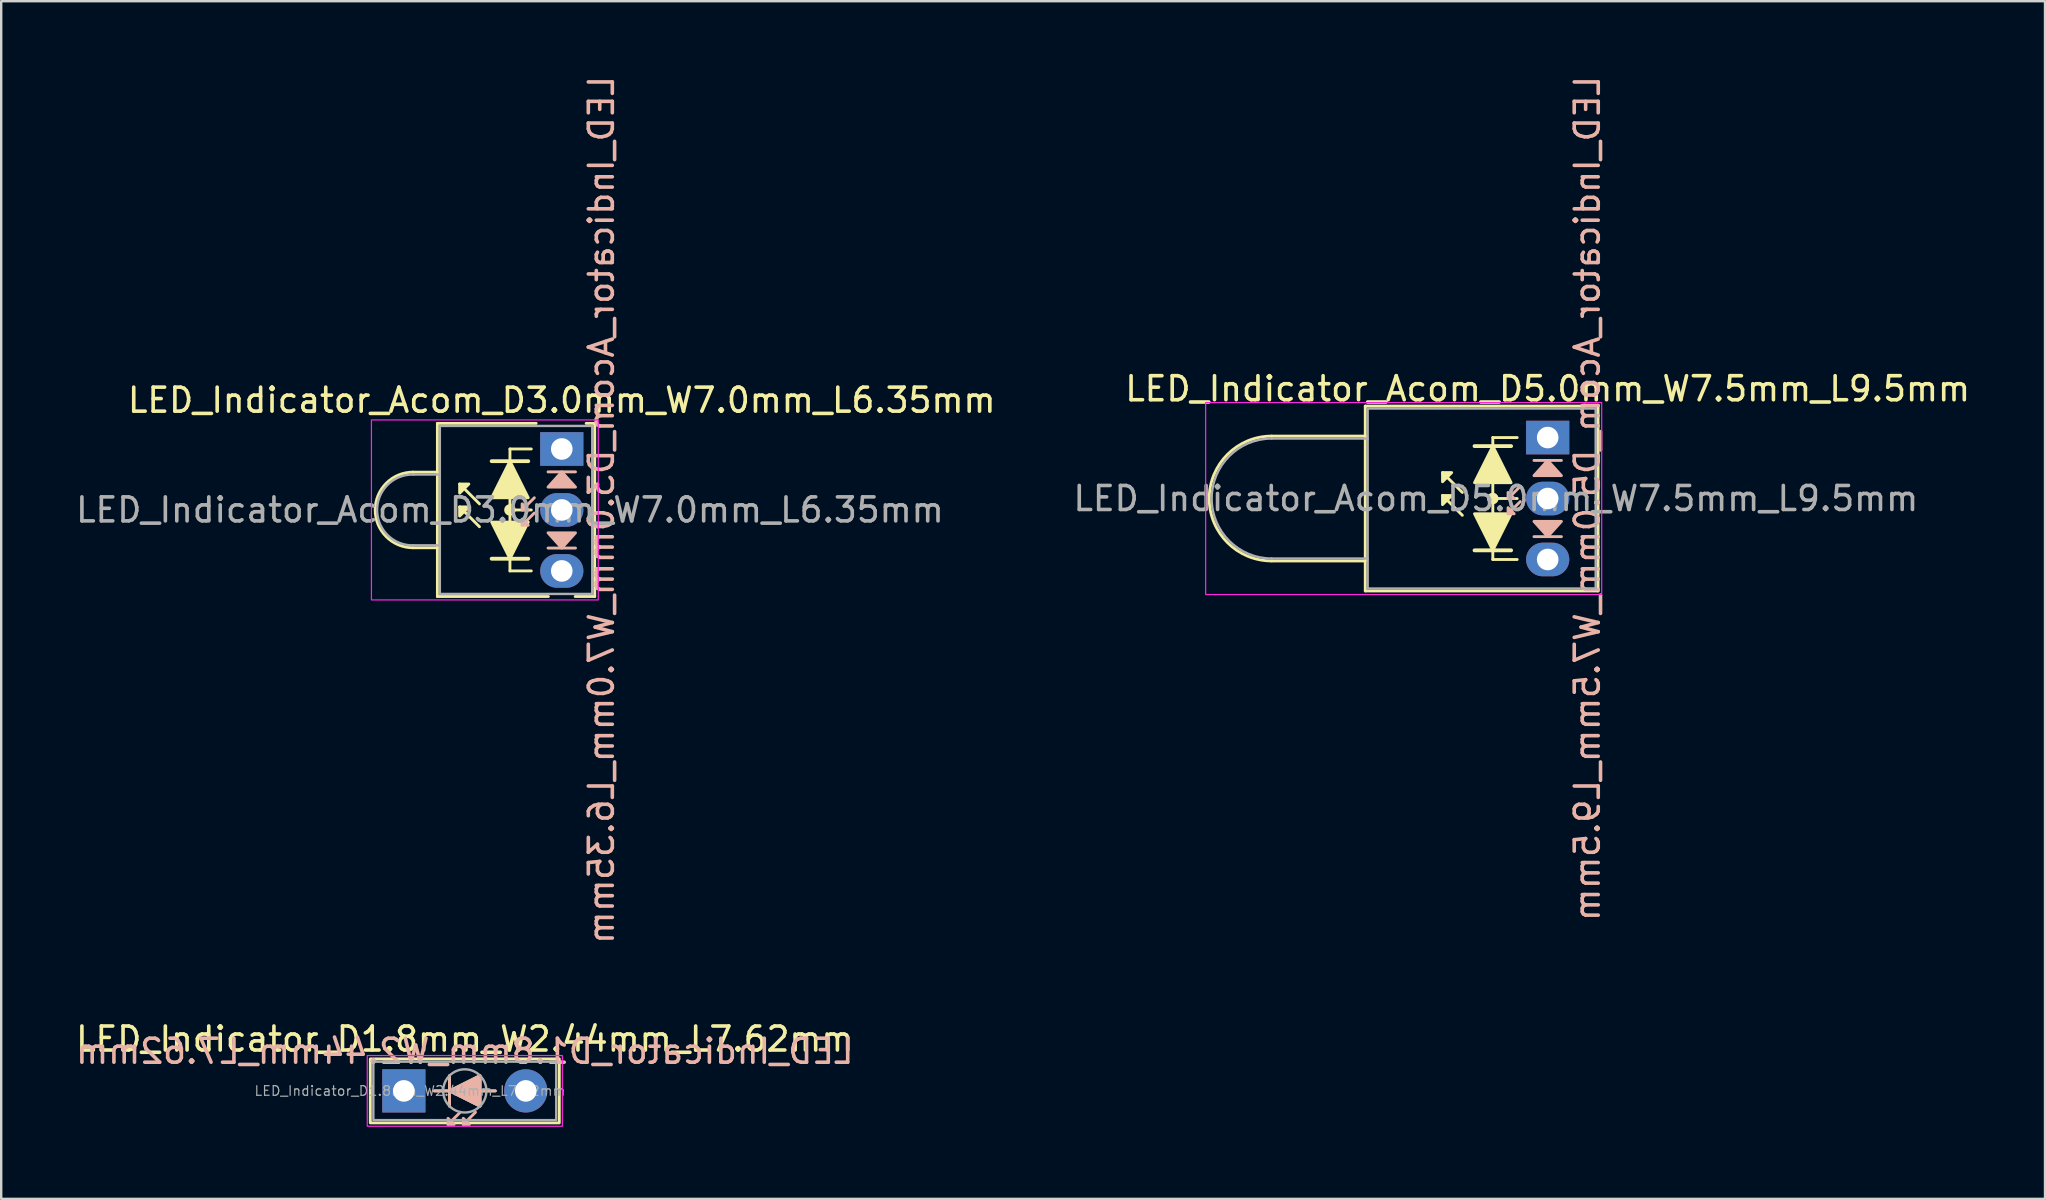
<source format=kicad_pcb>
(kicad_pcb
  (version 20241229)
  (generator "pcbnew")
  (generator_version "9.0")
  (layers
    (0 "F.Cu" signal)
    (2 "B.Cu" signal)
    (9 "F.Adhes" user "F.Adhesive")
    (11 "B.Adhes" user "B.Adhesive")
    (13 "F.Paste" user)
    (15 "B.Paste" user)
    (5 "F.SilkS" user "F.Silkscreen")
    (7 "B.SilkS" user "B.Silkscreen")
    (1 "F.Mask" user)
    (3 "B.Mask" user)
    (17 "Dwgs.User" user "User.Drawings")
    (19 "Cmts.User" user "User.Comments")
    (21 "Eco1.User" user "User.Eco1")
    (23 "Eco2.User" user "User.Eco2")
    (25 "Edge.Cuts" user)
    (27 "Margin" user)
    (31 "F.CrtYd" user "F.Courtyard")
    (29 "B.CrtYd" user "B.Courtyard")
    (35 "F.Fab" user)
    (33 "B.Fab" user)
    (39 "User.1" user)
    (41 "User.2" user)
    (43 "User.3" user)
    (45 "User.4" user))
  (footprint "LED_Indicator_Acom_D3.0mm_W7.0mm_L6.35mm"
    (layer "F.Cu")
    (at 20.355 15.656)
    (property "Reference" "LED_Indicator_Acom_D3.0mm_W7.0mm_L6.35mm" (at 0 -2.032 0) (layer "F.SilkS") (effects (font (size 1 1) (thickness 0.15))))
    (fp_line (start -5.182 -1.067) (end -5.182 0.965) (stroke (width 0.12) (type default)) (layer "F.SilkS"))
    (fp_line (start -5.182 -1.067) (end -1.067 -1.067) (stroke (width 0.12) (type default)) (layer "F.SilkS"))
    (fp_line (start -5.182 0.965) (end -6.198 0.965) (stroke (width 0.12) (type default)) (layer "F.SilkS"))
    (fp_line (start -5.182 4.115) (end -6.198 4.115) (stroke (width 0.12) (type default)) (layer "F.SilkS"))
    (fp_line (start -5.182 4.115) (end -5.182 0.965) (stroke (width 0.12) (type default)) (layer "F.SilkS"))
    (fp_line (start -5.182 6.147) (end -5.182 4.115) (stroke (width 0.12) (type default)) (layer "F.SilkS"))
    (fp_line (start -3.429 2.286) (end -4.255 1.46) (stroke (width 0.12) (type solid)) (layer "F.SilkS"))
    (fp_line (start -3.429 3.239) (end -4.255 2.413) (stroke (width 0.12) (type solid)) (layer "F.SilkS"))
    (fp_line (start -2.159 0) (end -2.159 0.508) (stroke (width 0.12) (type default)) (layer "F.SilkS"))
    (fp_line (start -2.159 0.508) (end -2.921 0.508) (stroke (width 0.16) (type default)) (layer "F.SilkS"))
    (fp_line (start -2.159 0.508) (end -1.397 0.508) (stroke (width 0.16) (type default)) (layer "F.SilkS"))
    (fp_line (start -2.159 2.032) (end -2.159 2.54) (stroke (width 0.12) (type default)) (layer "F.SilkS"))
    (fp_line (start -2.159 2.54) (end -1.27 2.54) (stroke (width 0.12) (type default)) (layer "F.SilkS"))
    (fp_line (start -2.159 3.048) (end -2.159 2.54) (stroke (width 0.12) (type default)) (layer "F.SilkS"))
    (fp_line (start -2.159 4.572) (end -2.921 4.572) (stroke (width 0.16) (type default)) (layer "F.SilkS"))
    (fp_line (start -2.159 4.572) (end -1.397 4.572) (stroke (width 0.16) (type default)) (layer "F.SilkS"))
    (fp_line (start -2.159 5.08) (end -2.159 4.572) (stroke (width 0.12) (type default)) (layer "F.SilkS"))
    (fp_line (start -2.159 5.08) (end -1.27 5.08) (stroke (width 0.12) (type default)) (layer "F.SilkS"))
    (fp_line (start -1.27 0) (end -2.159 0) (stroke (width 0.12) (type default)) (layer "F.SilkS"))
    (fp_line (start -0.559 6.147) (end -5.182 6.147) (stroke (width 0.12) (type default)) (layer "F.SilkS"))
    (fp_line (start 1.016 -1.067) (end 1.372 -1.067) (stroke (width 0.12) (type default)) (layer "F.SilkS"))
    (fp_line (start 1.372 -1.067) (end 1.372 6.147) (stroke (width 0.12) (type default)) (layer "F.SilkS"))
    (fp_line (start 1.372 6.147) (end 0.559 6.147) (stroke (width 0.12) (type default)) (layer "F.SilkS"))
    (fp_arc (start -6.1976 4.1148) (mid -7.7724 2.54) (end -6.1976 0.9652) (stroke (width 0.12) (type default)) (layer "F.SilkS"))
    (fp_circle (center -2.159 2.54) (end -2.032 2.413) (stroke (width 0.12) (type default)) (fill yes) (layer "F.SilkS"))
    (fp_poly (pts (xy -3.873 1.46) (xy -4.255 1.841) (xy -4.255 1.46)) (stroke (width 0.12) (type solid)) (fill yes) (layer "F.SilkS"))
    (fp_poly (pts (xy -3.873 2.413) (xy -4.255 2.794) (xy -4.255 2.413)) (stroke (width 0.12) (type solid)) (fill yes) (layer "F.SilkS"))
    (fp_poly (pts (xy -2.159 0.508) (xy -1.397 2.032) (xy -2.921 2.032)) (stroke (width 0.12) (type solid)) (fill yes) (layer "F.SilkS"))
    (fp_poly (pts (xy -2.159 4.572) (xy -2.921 3.048) (xy -1.397 3.048)) (stroke (width 0.12) (type solid)) (fill yes) (layer "F.SilkS"))
    (fp_line (start -1.651 2.54) (end -1.143 2.032) (stroke (width 0.12) (type solid)) (layer "B.SilkS"))
    (fp_line (start -1.651 3.175) (end -1.143 2.667) (stroke (width 0.12) (type solid)) (layer "B.SilkS"))
    (fp_line (start -0.572 4.128) (end 0.572 4.128) (stroke (width 0.12) (type solid)) (layer "B.SilkS"))
    (fp_line (start 0.572 0.953) (end -0.572 0.953) (stroke (width 0.12) (type solid)) (layer "B.SilkS"))
    (fp_poly (pts (xy -1.397 2.54) (xy -1.651 2.286) (xy -1.651 2.54)) (stroke (width 0.12) (type solid)) (fill yes) (layer "B.SilkS"))
    (fp_poly (pts (xy -1.397 3.175) (xy -1.651 2.921) (xy -1.651 3.175)) (stroke (width 0.12) (type solid)) (fill yes) (layer "B.SilkS"))
    (fp_poly (pts (xy -0.572 1.587) (xy 0 0.953) (xy 0.572 1.587)) (stroke (width 0.12) (type solid)) (fill yes) (layer "B.SilkS"))
    (fp_poly (pts (xy -0.572 3.493) (xy 0 4.128) (xy 0.572 3.493)) (stroke (width 0.12) (type solid)) (fill yes) (layer "B.SilkS"))
    (fp_rect (start -7.93 -1.21) (end 1.52 6.29) (stroke (width 0.05) (type default)) (fill no) (layer "F.CrtYd"))
    (fp_line (start -5.08 1.065) (end -6.18 1.065) (stroke (width 0.1) (type default)) (layer "F.Fab"))
    (fp_line (start -5.08 4.015) (end -6.18 4.015) (stroke (width 0.1) (type default)) (layer "F.Fab"))
    (fp_rect (start -5.08 -0.96) (end 1.27 6.04) (stroke (width 0.1) (type default)) (fill no) (layer "F.Fab"))
    (fp_arc (start -6.18 4.015) (mid -7.695305 2.54) (end -6.18 1.065) (stroke (width 0.1) (type default)) (layer "F.Fab"))
    (fp_text user "${REFERENCE}" (at 1.651 2.54 270) (layer "B.SilkS") (effects (font (size 1 1) (thickness 0.15)) (justify mirror)))
    (fp_text user "${REFERENCE}" (at -2.159 2.54 0) (layer "F.Fab") (effects (font (size 1 1) (thickness 0.15))))
    (pad "1" thru_hole rect (at 0 0) (size 1.8 1.4) (drill 0.9) (layers "*.Cu" "*.Mask"))
    (pad "2" thru_hole oval (at 0 2.54) (size 1.8 1.4) (drill 0.9) (layers "*.Cu" "*.Mask"))
    (pad "3" thru_hole oval (at 0 5.08) (size 1.8 1.4) (drill 0.9) (layers "*.Cu" "*.Mask")))
  (footprint "LED_Indicator_Acom_D5.0mm_W7.5mm_L9.5mm"
    (layer "F.Cu")
    (at 61.431 15.18)
    (property "Reference" "LED_Indicator_Acom_D5.0mm_W7.5mm_L9.5mm" (at 0 -2.032 0) (layer "F.SilkS") (effects (font (size 1 1) (thickness 0.15))))
    (fp_line (start -11.5 -0.06) (end -7.6 -0.06) (stroke (width 0.12) (type default)) (layer "F.SilkS"))
    (fp_line (start -7.6 -1.31) (end 2.1 -1.31) (stroke (width 0.12) (type default)) (layer "F.SilkS"))
    (fp_line (start -7.6 -0.06) (end -7.6 -1.31) (stroke (width 0.12) (type default)) (layer "F.SilkS"))
    (fp_line (start -7.6 5.14) (end -11.5 5.14) (stroke (width 0.12) (type default)) (layer "F.SilkS"))
    (fp_line (start -7.6 5.14) (end -7.6 -0.06) (stroke (width 0.12) (type default)) (layer "F.SilkS"))
    (fp_line (start -7.6 6.39) (end -7.6 5.14) (stroke (width 0.12) (type default)) (layer "F.SilkS"))
    (fp_line (start -3.556 2.286) (end -4.381 1.46) (stroke (width 0.12) (type solid)) (layer "F.SilkS"))
    (fp_line (start -3.556 3.239) (end -4.381 2.413) (stroke (width 0.12) (type solid)) (layer "F.SilkS"))
    (fp_line (start -3.048 0.356) (end -1.524 0.356) (stroke (width 0.16) (type default)) (layer "F.SilkS"))
    (fp_line (start -2.286 0) (end -2.286 5.08) (stroke (width 0.12) (type default)) (layer "F.SilkS"))
    (fp_line (start -2.286 5.08) (end -1.27 5.08) (stroke (width 0.12) (type default)) (layer "F.SilkS"))
    (fp_line (start -1.524 4.699) (end -3.048 4.699) (stroke (width 0.16) (type default)) (layer "F.SilkS"))
    (fp_line (start -1.27 0) (end -2.286 0) (stroke (width 0.12) (type default)) (layer "F.SilkS"))
    (fp_line (start -1.27 2.54) (end -2.286 2.54) (stroke (width 0.12) (type default)) (layer "F.SilkS"))
    (fp_line (start 2.1 -1.31) (end 2.1 6.39) (stroke (width 0.12) (type default)) (layer "F.SilkS"))
    (fp_line (start 2.1 6.39) (end -7.6 6.39) (stroke (width 0.12) (type default)) (layer "F.SilkS"))
    (fp_arc (start -11.5 5.14) (mid -14.1 2.54) (end -11.5 -0.06) (stroke (width 0.12) (type default)) (layer "F.SilkS"))
    (fp_circle (center -2.286 2.54) (end -2.159 2.413) (stroke (width 0.12) (type default)) (fill yes) (layer "F.SilkS"))
    (fp_poly (pts (xy -4 1.46) (xy -4.381 1.841) (xy -4.381 1.46)) (stroke (width 0.12) (type solid)) (fill yes) (layer "F.SilkS"))
    (fp_poly (pts (xy -4 2.413) (xy -4.381 2.794) (xy -4.381 2.413)) (stroke (width 0.12) (type solid)) (fill yes) (layer "F.SilkS"))
    (fp_poly (pts (xy -2.286 0.356) (xy -1.524 1.88) (xy -3.048 1.88)) (stroke (width 0.12) (type solid)) (fill yes) (layer "F.SilkS"))
    (fp_poly (pts (xy -2.286 4.699) (xy -3.048 3.175) (xy -1.524 3.175)) (stroke (width 0.12) (type solid)) (fill yes) (layer "F.SilkS"))
    (fp_line (start -1.651 2.54) (end -1.143 2.032) (stroke (width 0.12) (type solid)) (layer "B.SilkS"))
    (fp_line (start -1.651 3.175) (end -1.143 2.667) (stroke (width 0.12) (type solid)) (layer "B.SilkS"))
    (fp_line (start -0.572 4.128) (end 0.572 4.128) (stroke (width 0.12) (type solid)) (layer "B.SilkS"))
    (fp_line (start 0.572 0.953) (end -0.572 0.953) (stroke (width 0.12) (type solid)) (layer "B.SilkS"))
    (fp_poly (pts (xy -1.397 2.54) (xy -1.651 2.286) (xy -1.651 2.54)) (stroke (width 0.12) (type solid)) (fill yes) (layer "B.SilkS"))
    (fp_poly (pts (xy -1.397 3.175) (xy -1.651 2.921) (xy -1.651 3.175)) (stroke (width 0.12) (type solid)) (fill yes) (layer "B.SilkS"))
    (fp_poly (pts (xy -0.572 1.587) (xy 0 0.953) (xy 0.572 1.587)) (stroke (width 0.12) (type solid)) (fill yes) (layer "B.SilkS"))
    (fp_poly (pts (xy -0.572 3.493) (xy 0 4.128) (xy 0.572 3.493)) (stroke (width 0.12) (type solid)) (fill yes) (layer "B.SilkS"))
    (fp_rect (start -14.25 -1.46) (end 2.25 6.54) (stroke (width 0.05) (type default)) (fill no) (layer "F.CrtYd"))
    (fp_line (start -11.5 0.04) (end -7.5 0.04) (stroke (width 0.1) (type default)) (layer "F.Fab"))
    (fp_line (start -11.5 5.04) (end -7.5 5.04) (stroke (width 0.1) (type default)) (layer "F.Fab"))
    (fp_rect (start -7.5 -1.21) (end 2 6.29) (stroke (width 0.1) (type default)) (fill no) (layer "F.Fab"))
    (fp_arc (start -11.5 5.04) (mid -14 2.54) (end -11.5 0.04) (stroke (width 0.1) (type default)) (layer "F.Fab"))
    (fp_text user "${REFERENCE}" (at 1.651 2.54 270) (layer "B.SilkS") (effects (font (size 1 1) (thickness 0.15)) (justify mirror)))
    (fp_text user "${REFERENCE}" (at -2.159 2.54 0) (layer "F.Fab") (effects (font (size 1 1) (thickness 0.15))))
    (pad "1" thru_hole rect (at 0 0) (size 1.8 1.4) (drill 0.9) (layers "*.Cu" "*.Mask"))
    (pad "2" thru_hole oval (at 0 2.54) (size 1.8 1.4) (drill 0.9) (layers "*.Cu" "*.Mask"))
    (pad "3" thru_hole oval (at 0 5.08) (size 1.8 1.4) (drill 0.9) (layers "*.Cu" "*.Mask")))
  (footprint "LED_Indicator_D1.8mm_W2.44mm_L7.62mm"
    (layer "F.Cu")
    (at 13.775 42.4)
    (property "Reference" "LED_Indicator_D1.8mm_W2.44mm_L7.62mm" (at 2.54 -2.159 0) (layer "F.SilkS") (effects (font (size 1 1) (thickness 0.15))))
    (fp_line (start 1.905 -0.635) (end 1.905 0.635) (stroke (width 0.12) (type solid)) (layer "F.SilkS"))
    (fp_line (start 1.905 0) (end 1.27 0) (stroke (width 0.12) (type solid)) (layer "F.SilkS"))
    (fp_line (start 3.81 0) (end 3.175 0) (stroke (width 0.12) (type solid)) (layer "F.SilkS"))
    (fp_rect (start -1.397 -1.333) (end 6.477 1.333) (stroke (width 0.12) (type default)) (fill no) (layer "F.SilkS"))
    (fp_poly (pts (xy 3.175 0.635) (xy 1.905 0) (xy 3.175 -0.635)) (stroke (width 0.12) (type solid)) (fill yes) (layer "F.SilkS"))
    (fp_line (start 1.905 -0.635) (end 1.905 0.635) (stroke (width 0.12) (type solid)) (layer "B.SilkS"))
    (fp_line (start 2.349 0.889) (end 1.841 1.397) (stroke (width 0.12) (type solid)) (layer "B.SilkS"))
    (fp_line (start 2.985 0.889) (end 2.477 1.397) (stroke (width 0.12) (type solid)) (layer "B.SilkS"))
    (fp_line (start 3.81 0) (end 1.27 0) (stroke (width 0.12) (type default)) (layer "B.SilkS"))
    (fp_poly (pts (xy 1.841 1.143) (xy 2.095 1.397) (xy 1.841 1.397)) (stroke (width 0.12) (type solid)) (fill yes) (layer "B.SilkS"))
    (fp_poly (pts (xy 2.477 1.143) (xy 2.731 1.397) (xy 2.477 1.397)) (stroke (width 0.12) (type solid)) (fill yes) (layer "B.SilkS"))
    (fp_poly (pts (xy 3.175 0.635) (xy 1.905 0) (xy 3.175 -0.635)) (stroke (width 0.12) (type solid)) (fill yes) (layer "B.SilkS"))
    (fp_rect (start -1.524 -1.473) (end 6.604 1.473) (stroke (width 0.05) (type default)) (fill no) (layer "F.CrtYd"))
    (fp_rect (start -1.27 -1.219) (end 6.35 1.219) (stroke (width 0.1) (type default)) (fill no) (layer "F.Fab"))
    (fp_circle (center 2.54 0) (end 3.44 0) (stroke (width 0.1) (type default)) (fill no) (layer "F.Fab"))
    (fp_text user "${REFERENCE}" (at 2.54 -1.651 0) (layer "B.SilkS") (effects (font (size 1 1) (thickness 0.15)) (justify mirror)))
    (fp_text user "${REFERENCE}" (at 0.254 0 0) (layer "F.Fab") (effects (font (size 0.4 0.4) (thickness 0.05))))
    (pad "1" thru_hole rect (at 0 0) (size 1.8 1.8) (drill 0.9) (layers "*.Cu" "*.Mask"))
    (pad "2" thru_hole oval (at 5.08 0) (size 1.8 1.8) (drill 0.9) (layers "*.Cu" "*.Mask")))
  (gr_rect
    (start -3 -3)
    (end 82.151 46.898)
    (stroke (width 0.1) (type default))
    (fill no)
    (layer "Edge.Cuts")))
</source>
